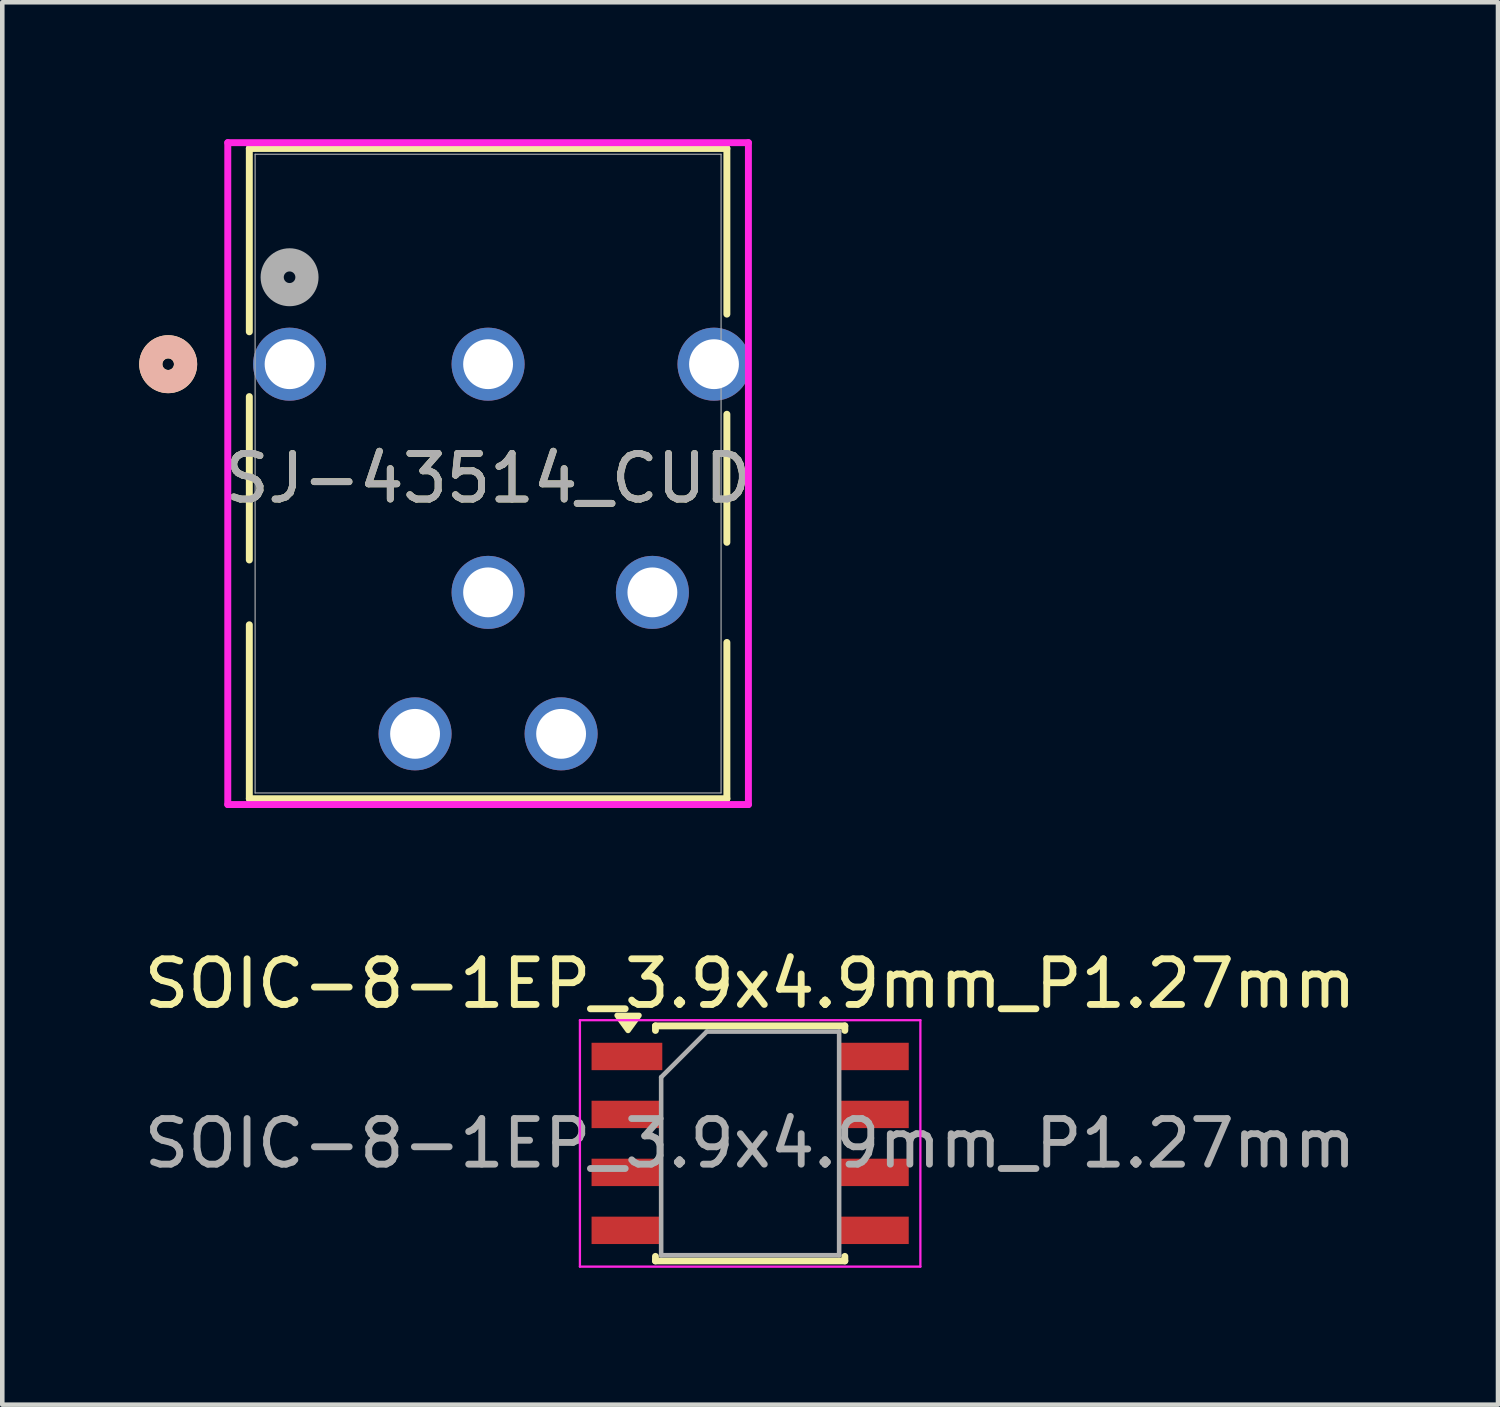
<source format=kicad_pcb>
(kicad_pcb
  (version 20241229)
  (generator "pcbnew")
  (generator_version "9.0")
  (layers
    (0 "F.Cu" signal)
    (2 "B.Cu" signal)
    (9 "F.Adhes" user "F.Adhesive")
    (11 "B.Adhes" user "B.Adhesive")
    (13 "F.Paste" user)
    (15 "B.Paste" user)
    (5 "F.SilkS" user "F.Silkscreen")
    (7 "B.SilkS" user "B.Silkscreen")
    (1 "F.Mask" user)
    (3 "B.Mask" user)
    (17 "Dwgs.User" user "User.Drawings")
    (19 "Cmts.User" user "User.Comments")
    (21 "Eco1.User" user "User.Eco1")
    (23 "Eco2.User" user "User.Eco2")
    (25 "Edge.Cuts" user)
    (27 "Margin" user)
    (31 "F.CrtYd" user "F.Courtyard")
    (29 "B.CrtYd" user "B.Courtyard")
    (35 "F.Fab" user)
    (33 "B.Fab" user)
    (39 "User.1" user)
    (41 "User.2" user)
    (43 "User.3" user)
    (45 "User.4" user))
  (footprint "SOIC-8-1EP_3.9x4.9mm_P1.27mm"
    (layer "F.Cu")
    (at 13.387 22.004)
    (property "Reference" "SOIC-8-1EP_3.9x4.9mm_P1.27mm" (at 0 -3.5 0) (layer "F.SilkS") (effects (font (size 1 1) (thickness 0.15))))
    (attr smd)
    (fp_line (start -2.075 -2.575) (end -2.075 -2.475) (stroke (width 0.15) (type solid)) (layer "F.SilkS"))
    (fp_line (start -2.075 -2.575) (end 2.075 -2.575) (stroke (width 0.15) (type solid)) (layer "F.SilkS"))
    (fp_line (start -2.075 2.475) (end -2.075 2.575) (stroke (width 0.15) (type solid)) (layer "F.SilkS"))
    (fp_line (start -2.075 2.575) (end 2.075 2.575) (stroke (width 0.15) (type solid)) (layer "F.SilkS"))
    (fp_line (start 2.075 -2.575) (end 2.075 -2.475) (stroke (width 0.15) (type solid)) (layer "F.SilkS"))
    (fp_line (start 2.075 2.575) (end 2.075 2.475) (stroke (width 0.15) (type solid)) (layer "F.SilkS"))
    (fp_poly (pts (xy -2.675 -2.475) (xy -2.915 -2.805) (xy -2.435 -2.805) (xy -2.675 -2.475)) (stroke (width 0.12) (type solid)) (fill yes) (layer "F.SilkS"))
    (fp_line (start -3.73 -2.7) (end -3.73 2.7) (stroke (width 0.05) (type solid)) (layer "F.CrtYd"))
    (fp_line (start -3.73 -2.7) (end 3.73 -2.7) (stroke (width 0.05) (type solid)) (layer "F.CrtYd"))
    (fp_line (start -3.73 2.7) (end 3.73 2.7) (stroke (width 0.05) (type solid)) (layer "F.CrtYd"))
    (fp_line (start 3.73 -2.7) (end 3.73 2.7) (stroke (width 0.05) (type solid)) (layer "F.CrtYd"))
    (fp_line (start -1.95 -1.45) (end -0.95 -2.45) (stroke (width 0.1) (type solid)) (layer "F.Fab"))
    (fp_line (start -1.95 2.45) (end -1.95 -1.45) (stroke (width 0.1) (type solid)) (layer "F.Fab"))
    (fp_line (start -0.95 -2.45) (end 1.95 -2.45) (stroke (width 0.1) (type solid)) (layer "F.Fab"))
    (fp_line (start 1.95 -2.45) (end 1.95 2.45) (stroke (width 0.1) (type solid)) (layer "F.Fab"))
    (fp_line (start 1.95 2.45) (end -1.95 2.45) (stroke (width 0.1) (type solid)) (layer "F.Fab"))
    (fp_text user "${REFERENCE}" (at 0 0 0) (layer "F.Fab") (effects (font (size 1 1) (thickness 0.15))))
    (pad "1" smd rect (at -2.7 -1.905) (size 1.55 0.6) (layers "F.Cu" "F.Mask" "F.Paste"))
    (pad "2" smd rect (at -2.7 -0.635) (size 1.55 0.6) (layers "F.Cu" "F.Mask" "F.Paste"))
    (pad "3" smd rect (at -2.7 0.635) (size 1.55 0.6) (layers "F.Cu" "F.Mask" "F.Paste"))
    (pad "4" smd rect (at -2.7 1.905) (size 1.55 0.6) (layers "F.Cu" "F.Mask" "F.Paste"))
    (pad "5" smd rect (at 2.7 1.905) (size 1.55 0.6) (layers "F.Cu" "F.Mask" "F.Paste"))
    (pad "6" smd rect (at 2.7 0.635) (size 1.55 0.6) (layers "F.Cu" "F.Mask" "F.Paste"))
    (pad "7" smd rect (at 2.7 -0.635) (size 1.55 0.6) (layers "F.Cu" "F.Mask" "F.Paste"))
    (pad "8" smd rect (at 2.7 -1.905) (size 1.55 0.6) (layers "F.Cu" "F.Mask" "F.Paste")))
  (footprint "SJ-43514_CUD"
    (layer "F.Cu")
    (at 3.295 4.93)
    (property "Reference" "SJ-43514_CUD" (at 4.35 2.5 0) (unlocked yes) (layer "F.SilkS") (effects (font (size 1 1) (thickness 0.15))))
    (attr through_hole)
    (fp_line (start -0.882 -4.727) (end -0.882 -0.71) (stroke (width 0.152) (type solid)) (layer "F.SilkS"))
    (fp_line (start -0.882 0.71) (end -0.882 4.29) (stroke (width 0.152) (type solid)) (layer "F.SilkS"))
    (fp_line (start -0.882 5.71) (end -0.882 9.522) (stroke (width 0.152) (type solid)) (layer "F.SilkS"))
    (fp_line (start -0.882 9.522) (end 9.582 9.522) (stroke (width 0.152) (type solid)) (layer "F.SilkS"))
    (fp_line (start 9.582 -4.727) (end -0.882 -4.727) (stroke (width 0.152) (type solid)) (layer "F.SilkS"))
    (fp_line (start 9.582 -1.097) (end 9.582 -4.727) (stroke (width 0.152) (type solid)) (layer "F.SilkS"))
    (fp_line (start 9.582 3.903) (end 9.582 1.097) (stroke (width 0.152) (type solid)) (layer "F.SilkS"))
    (fp_line (start 9.582 9.522) (end 9.582 6.097) (stroke (width 0.152) (type solid)) (layer "F.SilkS"))
    (fp_circle (center -2.66 0) (end -2.279 0) (stroke (width 0.508) (type solid)) (fill no) (layer "F.SilkS"))
    (fp_circle (center -2.66 0) (end -2.279 0) (stroke (width 0.508) (type solid)) (fill no) (layer "B.SilkS"))
    (fp_line (start -1.354 -4.854) (end -1.354 9.649) (stroke (width 0.152) (type solid)) (layer "F.CrtYd"))
    (fp_line (start -1.354 9.649) (end 10.054 9.649) (stroke (width 0.152) (type solid)) (layer "F.CrtYd"))
    (fp_line (start 10.054 -4.854) (end -1.354 -4.854) (stroke (width 0.152) (type solid)) (layer "F.CrtYd"))
    (fp_line (start 10.054 9.649) (end 10.054 -4.854) (stroke (width 0.152) (type solid)) (layer "F.CrtYd"))
    (fp_line (start -0.755 -4.6) (end -0.755 9.395) (stroke (width 0.025) (type solid)) (layer "F.Fab"))
    (fp_line (start -0.755 9.395) (end 9.455 9.395) (stroke (width 0.025) (type solid)) (layer "F.Fab"))
    (fp_line (start 9.455 -4.6) (end -0.755 -4.6) (stroke (width 0.025) (type solid)) (layer "F.Fab"))
    (fp_line (start 9.455 9.395) (end 9.455 -4.6) (stroke (width 0.025) (type solid)) (layer "F.Fab"))
    (fp_circle (center 0 -1.905) (end 0.381 -1.905) (stroke (width 0.508) (type solid)) (fill no) (layer "F.Fab"))
    (fp_text user "${REFERENCE}" (at 4.35 2.5 0) (unlocked yes) (layer "F.Fab") (effects (font (size 1 1) (thickness 0.15))))
    (pad "1" thru_hole circle (at 0 0) (size 1.6 1.6) (drill 1.092) (layers "*.Cu" "*.Mask"))
    (pad "2" thru_hole circle (at 7.95 5) (size 1.6 1.6) (drill 1.092) (layers "*.Cu" "*.Mask"))
    (pad "3" thru_hole circle (at 2.75 8.1) (size 1.6 1.6) (drill 1.092) (layers "*.Cu" "*.Mask"))
    (pad "4" thru_hole circle (at 9.3 0) (size 1.6 1.6) (drill 1.092) (layers "*.Cu" "*.Mask"))
    (pad "5" thru_hole circle (at 5.95 8.1) (size 1.6 1.6) (drill 1.092) (layers "*.Cu" "*.Mask"))
    (pad "6" thru_hole circle (at 4.35 0) (size 1.6 1.6) (drill 1.092) (layers "*.Cu" "*.Mask"))
    (pad "7" thru_hole circle (at 4.35 5) (size 1.6 1.6) (drill 1.092) (layers "*.Cu" "*.Mask")))
  (gr_rect
    (start -3 -3)
    (end 29.774 27.729)
    (stroke (width 0.1) (type default))
    (fill no)
    (layer "Edge.Cuts")))
</source>
